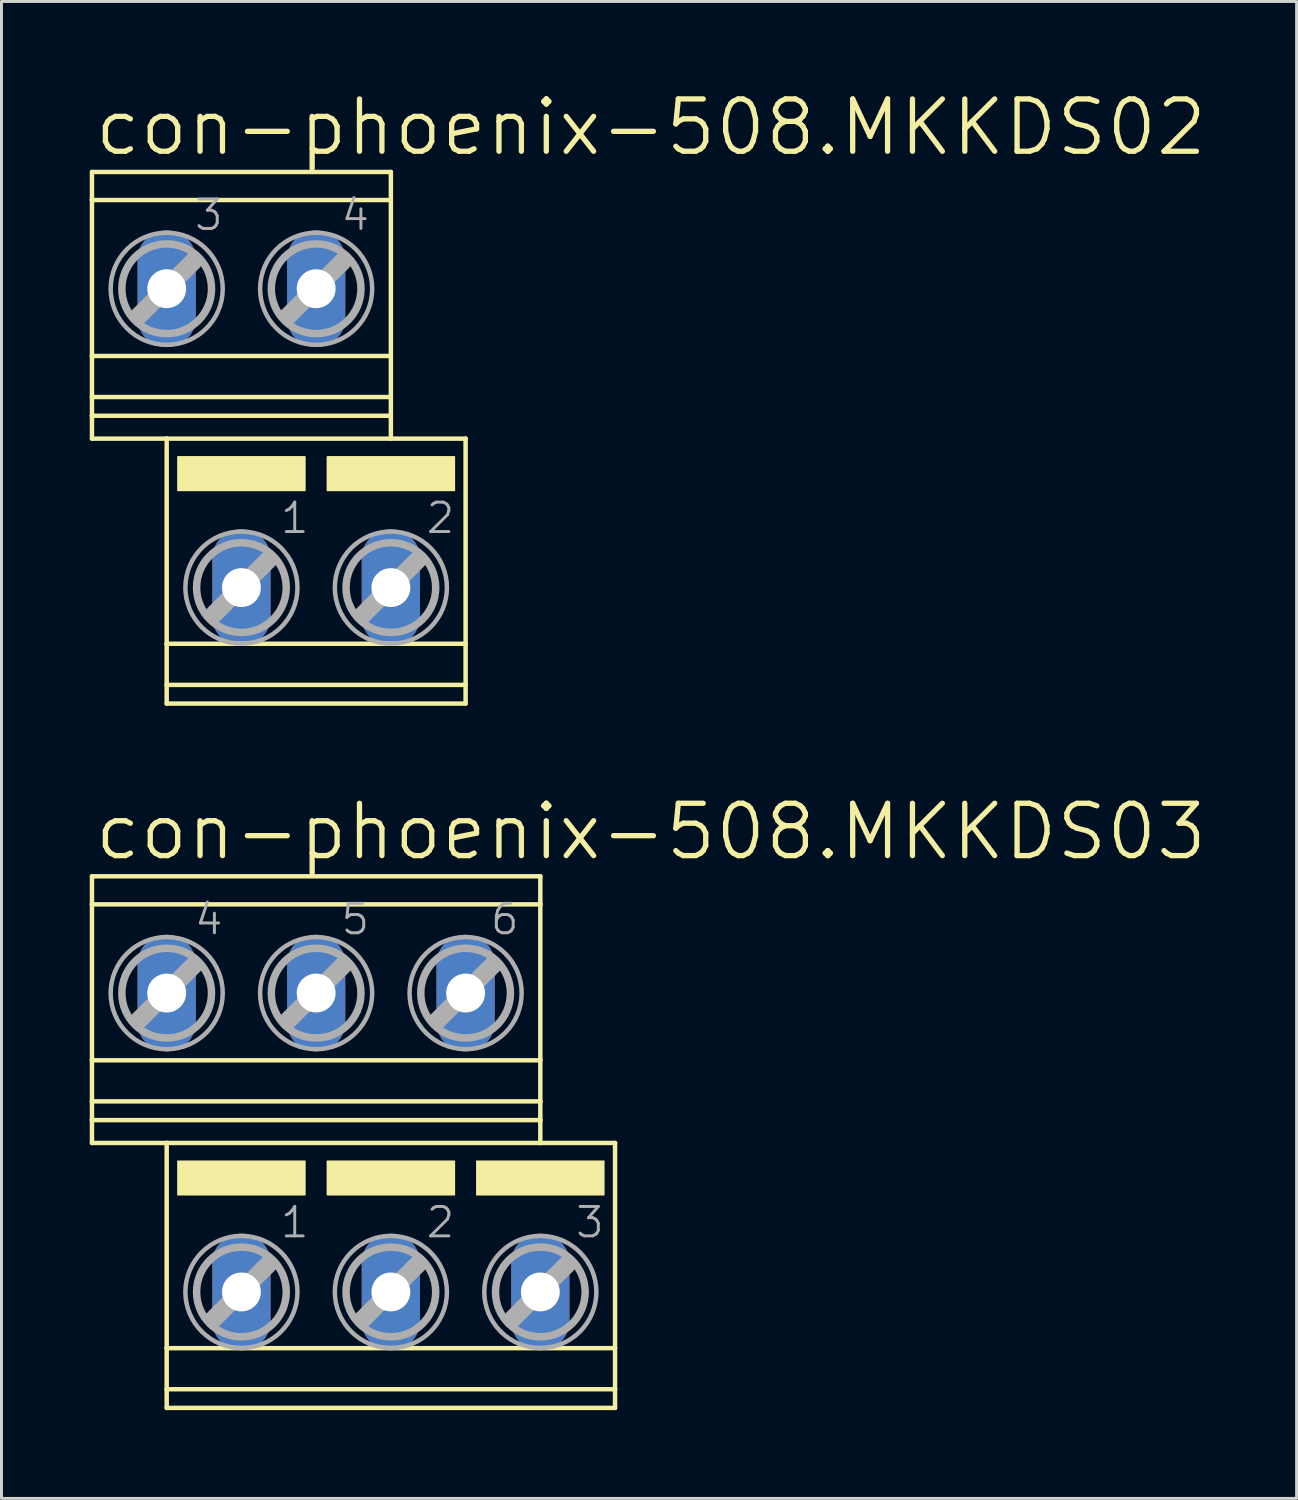
<source format=kicad_pcb>
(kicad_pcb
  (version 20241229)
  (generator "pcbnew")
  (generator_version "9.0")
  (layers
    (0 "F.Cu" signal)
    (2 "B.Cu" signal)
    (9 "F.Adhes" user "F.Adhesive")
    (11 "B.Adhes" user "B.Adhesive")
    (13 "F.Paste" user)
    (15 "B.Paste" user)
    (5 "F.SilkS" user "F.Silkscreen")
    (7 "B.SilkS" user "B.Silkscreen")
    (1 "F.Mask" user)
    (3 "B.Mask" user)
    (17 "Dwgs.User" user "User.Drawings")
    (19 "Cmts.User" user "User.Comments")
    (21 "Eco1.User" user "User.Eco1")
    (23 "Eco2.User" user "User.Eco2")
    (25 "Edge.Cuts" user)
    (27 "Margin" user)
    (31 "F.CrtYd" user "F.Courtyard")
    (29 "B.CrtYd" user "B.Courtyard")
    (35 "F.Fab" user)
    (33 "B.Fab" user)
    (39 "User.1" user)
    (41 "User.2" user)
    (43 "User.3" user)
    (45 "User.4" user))
  (footprint "con-phoenix-508.MKKDS02"
    (layer "F.Cu")
    (at 6.426 11.843)
    (property "Reference" "con-phoenix-508.MKKDS02" (at -6.35 -9.525 0) (layer "F.SilkS") (effects (font (size 1.778 1.778) (thickness 0.18)) (justify left bottom)))
    (attr through_hole)
    (fp_line (start -6.35 -9.047) (end -6.35 -8.094) (stroke (width 0.152) (type default)) (layer "F.SilkS"))
    (fp_line (start -6.35 -9.047) (end 3.81 -9.047) (stroke (width 0.152) (type default)) (layer "F.SilkS"))
    (fp_line (start -6.35 -8.094) (end -6.35 -2.794) (stroke (width 0.152) (type default)) (layer "F.SilkS"))
    (fp_line (start -6.35 -8.094) (end 3.81 -8.094) (stroke (width 0.152) (type default)) (layer "F.SilkS"))
    (fp_line (start -6.35 -2.794) (end -6.35 -1.397) (stroke (width 0.152) (type default)) (layer "F.SilkS"))
    (fp_line (start -6.35 -2.794) (end 3.81 -2.794) (stroke (width 0.152) (type default)) (layer "F.SilkS"))
    (fp_line (start -6.35 -1.397) (end -6.35 -0.762) (stroke (width 0.152) (type default)) (layer "F.SilkS"))
    (fp_line (start -6.35 -1.397) (end 3.81 -1.397) (stroke (width 0.152) (type default)) (layer "F.SilkS"))
    (fp_line (start -6.35 -0.762) (end -6.35 0.016) (stroke (width 0.152) (type default)) (layer "F.SilkS"))
    (fp_line (start -6.35 -0.762) (end 3.81 -0.762) (stroke (width 0.152) (type default)) (layer "F.SilkS"))
    (fp_line (start -6.35 0.016) (end -3.81 0.016) (stroke (width 0.152) (type default)) (layer "F.SilkS"))
    (fp_line (start -3.81 0.016) (end -3.81 6.99) (stroke (width 0.152) (type default)) (layer "F.SilkS"))
    (fp_line (start -3.81 0.016) (end 3.81 0.016) (stroke (width 0.152) (type default)) (layer "F.SilkS"))
    (fp_line (start -3.81 6.99) (end -3.81 8.387) (stroke (width 0.152) (type default)) (layer "F.SilkS"))
    (fp_line (start -3.81 6.99) (end 6.35 6.99) (stroke (width 0.152) (type default)) (layer "F.SilkS"))
    (fp_line (start -3.81 8.387) (end -3.81 9.022) (stroke (width 0.152) (type default)) (layer "F.SilkS"))
    (fp_line (start -3.81 8.387) (end 6.35 8.387) (stroke (width 0.152) (type default)) (layer "F.SilkS"))
    (fp_line (start -3.81 9.022) (end 6.35 9.022) (stroke (width 0.152) (type default)) (layer "F.SilkS"))
    (fp_line (start 3.81 -9.047) (end 3.81 -8.094) (stroke (width 0.152) (type default)) (layer "F.SilkS"))
    (fp_line (start 3.81 -8.094) (end 3.81 -2.794) (stroke (width 0.152) (type default)) (layer "F.SilkS"))
    (fp_line (start 3.81 -2.794) (end 3.81 -1.397) (stroke (width 0.152) (type default)) (layer "F.SilkS"))
    (fp_line (start 3.81 -1.397) (end 3.81 -0.762) (stroke (width 0.152) (type default)) (layer "F.SilkS"))
    (fp_line (start 3.81 -0.762) (end 3.81 0.016) (stroke (width 0.152) (type default)) (layer "F.SilkS"))
    (fp_line (start 6.35 0.016) (end 3.81 0.016) (stroke (width 0.152) (type default)) (layer "F.SilkS"))
    (fp_line (start 6.35 0.016) (end 6.35 6.99) (stroke (width 0.152) (type default)) (layer "F.SilkS"))
    (fp_line (start 6.35 6.99) (end 6.35 8.387) (stroke (width 0.152) (type default)) (layer "F.SilkS"))
    (fp_line (start 6.35 8.387) (end 6.35 9.022) (stroke (width 0.152) (type default)) (layer "F.SilkS"))
    (fp_rect (start -3.429 1.778) (end 0.889 0.635) (stroke (width 0.05) (type default)) (fill yes) (layer "F.SilkS"))
    (fp_rect (start 1.651 1.778) (end 5.969 0.635) (stroke (width 0.05) (type default)) (fill yes) (layer "F.SilkS"))
    (fp_line (start -4.75 -4.163) (end -2.896 -6.017) (stroke (width 0.61) (type default)) (layer "F.Fab"))
    (fp_line (start -2.21 5.994) (end -0.356 4.14) (stroke (width 0.61) (type default)) (layer "F.Fab"))
    (fp_line (start 0.33 -4.163) (end 2.184 -6.017) (stroke (width 0.61) (type default)) (layer "F.Fab"))
    (fp_line (start 2.87 5.994) (end 4.724 4.14) (stroke (width 0.61) (type default)) (layer "F.Fab"))
    (fp_circle (center -3.81 -5.077) (end -2.286 -5.077) (stroke (width 0.254) (type default)) (fill no) (layer "F.Fab"))
    (fp_circle (center -3.81 -5.077) (end -1.905 -5.077) (stroke (width 0.152) (type default)) (fill no) (layer "F.Fab"))
    (fp_circle (center -1.27 5.08) (end 0.254 5.08) (stroke (width 0.254) (type default)) (fill no) (layer "F.Fab"))
    (fp_circle (center -1.27 5.08) (end 0.635 5.08) (stroke (width 0.152) (type default)) (fill no) (layer "F.Fab"))
    (fp_circle (center 1.27 -5.077) (end 2.794 -5.077) (stroke (width 0.254) (type default)) (fill no) (layer "F.Fab"))
    (fp_circle (center 1.27 -5.077) (end 3.175 -5.077) (stroke (width 0.152) (type default)) (fill no) (layer "F.Fab"))
    (fp_circle (center 3.81 5.08) (end 5.334 5.08) (stroke (width 0.254) (type default)) (fill no) (layer "F.Fab"))
    (fp_circle (center 3.81 5.08) (end 5.715 5.08) (stroke (width 0.152) (type default)) (fill no) (layer "F.Fab"))
    (fp_text user "3" (at -2.921 -7.001 0) (layer "F.Fab") (effects (font (size 1 1) (thickness 0.1)) (justify left bottom)))
    (fp_text user "4" (at 2.059 -7.001 0) (layer "F.Fab") (effects (font (size 1 1) (thickness 0.1)) (justify left bottom)))
    (fp_text user "2" (at 4.953 3.302 0) (layer "F.Fab") (effects (font (size 1 1) (thickness 0.1)) (justify left bottom)))
    (fp_text user "1" (at 0 3.302 0) (layer "F.Fab") (effects (font (size 1 1) (thickness 0.1)) (justify left bottom)))
    (pad "1" thru_hole oval (at -1.27 5.08 90) (size 3.962 1.981) (drill 1.321) (layers "*.Cu" "*.Mask"))
    (pad "2" thru_hole oval (at 3.81 5.08 90) (size 3.962 1.981) (drill 1.321) (layers "*.Cu" "*.Mask"))
    (pad "3" thru_hole oval (at -3.81 -5.08 90) (size 3.962 1.981) (drill 1.321) (layers "*.Cu" "*.Mask"))
    (pad "4" thru_hole oval (at 1.27 -5.08 90) (size 3.962 1.981) (drill 1.321) (layers "*.Cu" "*.Mask")))
  (footprint "con-phoenix-508.MKKDS03"
    (layer "F.Cu")
    (at 8.966 35.784)
    (property "Reference" "con-phoenix-508.MKKDS03" (at -8.89 -9.525 0) (layer "F.SilkS") (effects (font (size 1.778 1.778) (thickness 0.18)) (justify left bottom)))
    (attr through_hole)
    (fp_line (start -8.89 -9.047) (end -8.89 -8.094) (stroke (width 0.152) (type default)) (layer "F.SilkS"))
    (fp_line (start -8.89 -9.047) (end 6.35 -9.047) (stroke (width 0.152) (type default)) (layer "F.SilkS"))
    (fp_line (start -8.89 -8.094) (end -8.89 -2.794) (stroke (width 0.152) (type default)) (layer "F.SilkS"))
    (fp_line (start -8.89 -8.094) (end 6.35 -8.094) (stroke (width 0.152) (type default)) (layer "F.SilkS"))
    (fp_line (start -8.89 -2.794) (end -8.89 -1.397) (stroke (width 0.152) (type default)) (layer "F.SilkS"))
    (fp_line (start -8.89 -2.794) (end 6.35 -2.794) (stroke (width 0.152) (type default)) (layer "F.SilkS"))
    (fp_line (start -8.89 -1.397) (end -8.89 -0.762) (stroke (width 0.152) (type default)) (layer "F.SilkS"))
    (fp_line (start -8.89 -1.397) (end 6.35 -1.397) (stroke (width 0.152) (type default)) (layer "F.SilkS"))
    (fp_line (start -8.89 -0.762) (end -8.89 0.016) (stroke (width 0.152) (type default)) (layer "F.SilkS"))
    (fp_line (start -8.89 -0.762) (end 6.35 -0.762) (stroke (width 0.152) (type default)) (layer "F.SilkS"))
    (fp_line (start -8.89 0.016) (end -6.35 0.016) (stroke (width 0.152) (type default)) (layer "F.SilkS"))
    (fp_line (start -6.35 0.016) (end -6.35 6.99) (stroke (width 0.152) (type default)) (layer "F.SilkS"))
    (fp_line (start -6.35 0.016) (end 6.35 0.016) (stroke (width 0.152) (type default)) (layer "F.SilkS"))
    (fp_line (start -6.35 6.99) (end -6.35 8.387) (stroke (width 0.152) (type default)) (layer "F.SilkS"))
    (fp_line (start -6.35 6.99) (end 8.89 6.99) (stroke (width 0.152) (type default)) (layer "F.SilkS"))
    (fp_line (start -6.35 8.387) (end -6.35 9.022) (stroke (width 0.152) (type default)) (layer "F.SilkS"))
    (fp_line (start -6.35 8.387) (end 8.89 8.387) (stroke (width 0.152) (type default)) (layer "F.SilkS"))
    (fp_line (start -6.35 9.022) (end 8.89 9.022) (stroke (width 0.152) (type default)) (layer "F.SilkS"))
    (fp_line (start 6.35 -9.047) (end 6.35 -8.094) (stroke (width 0.152) (type default)) (layer "F.SilkS"))
    (fp_line (start 6.35 -8.094) (end 6.35 -2.794) (stroke (width 0.152) (type default)) (layer "F.SilkS"))
    (fp_line (start 6.35 -2.794) (end 6.35 -1.397) (stroke (width 0.152) (type default)) (layer "F.SilkS"))
    (fp_line (start 6.35 -1.397) (end 6.35 -0.762) (stroke (width 0.152) (type default)) (layer "F.SilkS"))
    (fp_line (start 6.35 -0.762) (end 6.35 0.016) (stroke (width 0.152) (type default)) (layer "F.SilkS"))
    (fp_line (start 8.89 0.016) (end 6.35 0.016) (stroke (width 0.152) (type default)) (layer "F.SilkS"))
    (fp_line (start 8.89 0.016) (end 8.89 6.99) (stroke (width 0.152) (type default)) (layer "F.SilkS"))
    (fp_line (start 8.89 6.99) (end 8.89 8.387) (stroke (width 0.152) (type default)) (layer "F.SilkS"))
    (fp_line (start 8.89 8.387) (end 8.89 9.022) (stroke (width 0.152) (type default)) (layer "F.SilkS"))
    (fp_rect (start -5.969 1.778) (end -1.651 0.635) (stroke (width 0.05) (type default)) (fill yes) (layer "F.SilkS"))
    (fp_rect (start -0.889 1.778) (end 3.429 0.635) (stroke (width 0.05) (type default)) (fill yes) (layer "F.SilkS"))
    (fp_rect (start 4.191 1.778) (end 8.509 0.635) (stroke (width 0.05) (type default)) (fill yes) (layer "F.SilkS"))
    (fp_line (start -7.29 -4.163) (end -5.436 -6.017) (stroke (width 0.61) (type default)) (layer "F.Fab"))
    (fp_line (start -4.75 5.994) (end -2.896 4.14) (stroke (width 0.61) (type default)) (layer "F.Fab"))
    (fp_line (start -2.21 -4.163) (end -0.356 -6.017) (stroke (width 0.61) (type default)) (layer "F.Fab"))
    (fp_line (start 0.33 5.994) (end 2.184 4.14) (stroke (width 0.61) (type default)) (layer "F.Fab"))
    (fp_line (start 2.87 -4.163) (end 4.724 -6.017) (stroke (width 0.61) (type default)) (layer "F.Fab"))
    (fp_line (start 5.41 5.994) (end 7.264 4.14) (stroke (width 0.61) (type default)) (layer "F.Fab"))
    (fp_circle (center -6.35 -5.077) (end -4.826 -5.077) (stroke (width 0.254) (type default)) (fill no) (layer "F.Fab"))
    (fp_circle (center -6.35 -5.077) (end -4.445 -5.077) (stroke (width 0.152) (type default)) (fill no) (layer "F.Fab"))
    (fp_circle (center -3.81 5.08) (end -2.286 5.08) (stroke (width 0.254) (type default)) (fill no) (layer "F.Fab"))
    (fp_circle (center -3.81 5.08) (end -1.905 5.08) (stroke (width 0.152) (type default)) (fill no) (layer "F.Fab"))
    (fp_circle (center -1.27 -5.077) (end 0.254 -5.077) (stroke (width 0.254) (type default)) (fill no) (layer "F.Fab"))
    (fp_circle (center -1.27 -5.077) (end 0.635 -5.077) (stroke (width 0.152) (type default)) (fill no) (layer "F.Fab"))
    (fp_circle (center 1.27 5.08) (end 2.794 5.08) (stroke (width 0.254) (type default)) (fill no) (layer "F.Fab"))
    (fp_circle (center 1.27 5.08) (end 3.175 5.08) (stroke (width 0.152) (type default)) (fill no) (layer "F.Fab"))
    (fp_circle (center 3.81 -5.077) (end 5.334 -5.077) (stroke (width 0.254) (type default)) (fill no) (layer "F.Fab"))
    (fp_circle (center 3.81 -5.077) (end 5.715 -5.077) (stroke (width 0.152) (type default)) (fill no) (layer "F.Fab"))
    (fp_circle (center 6.35 5.08) (end 7.874 5.08) (stroke (width 0.254) (type default)) (fill no) (layer "F.Fab"))
    (fp_circle (center 6.35 5.08) (end 8.255 5.08) (stroke (width 0.152) (type default)) (fill no) (layer "F.Fab"))
    (fp_text user "5" (at -0.481 -7.001 0) (layer "F.Fab") (effects (font (size 1 1) (thickness 0.1)) (justify left bottom)))
    (fp_text user "3" (at 7.493 3.302 0) (layer "F.Fab") (effects (font (size 1 1) (thickness 0.1)) (justify left bottom)))
    (fp_text user "2" (at 2.413 3.302 0) (layer "F.Fab") (effects (font (size 1 1) (thickness 0.1)) (justify left bottom)))
    (fp_text user "6" (at 4.599 -7.001 0) (layer "F.Fab") (effects (font (size 1 1) (thickness 0.1)) (justify left bottom)))
    (fp_text user "1" (at -2.54 3.302 0) (layer "F.Fab") (effects (font (size 1 1) (thickness 0.1)) (justify left bottom)))
    (fp_text user "4" (at -5.461 -7.001 0) (layer "F.Fab") (effects (font (size 1 1) (thickness 0.1)) (justify left bottom)))
    (pad "1" thru_hole oval (at -3.81 5.08 90) (size 3.962 1.981) (drill 1.321) (layers "*.Cu" "*.Mask"))
    (pad "2" thru_hole oval (at 1.27 5.08 90) (size 3.962 1.981) (drill 1.321) (layers "*.Cu" "*.Mask"))
    (pad "3" thru_hole oval (at 6.35 5.08 90) (size 3.962 1.981) (drill 1.321) (layers "*.Cu" "*.Mask"))
    (pad "4" thru_hole oval (at -6.35 -5.08 90) (size 3.962 1.981) (drill 1.321) (layers "*.Cu" "*.Mask"))
    (pad "5" thru_hole oval (at -1.27 -5.08 90) (size 3.962 1.981) (drill 1.321) (layers "*.Cu" "*.Mask"))
    (pad "6" thru_hole oval (at 3.81 -5.08 90) (size 3.962 1.981) (drill 1.321) (layers "*.Cu" "*.Mask")))
  (gr_rect
    (start -3 -3)
    (end 41.022 47.882)
    (stroke (width 0.1) (type default))
    (fill no)
    (layer "Edge.Cuts")))
</source>
